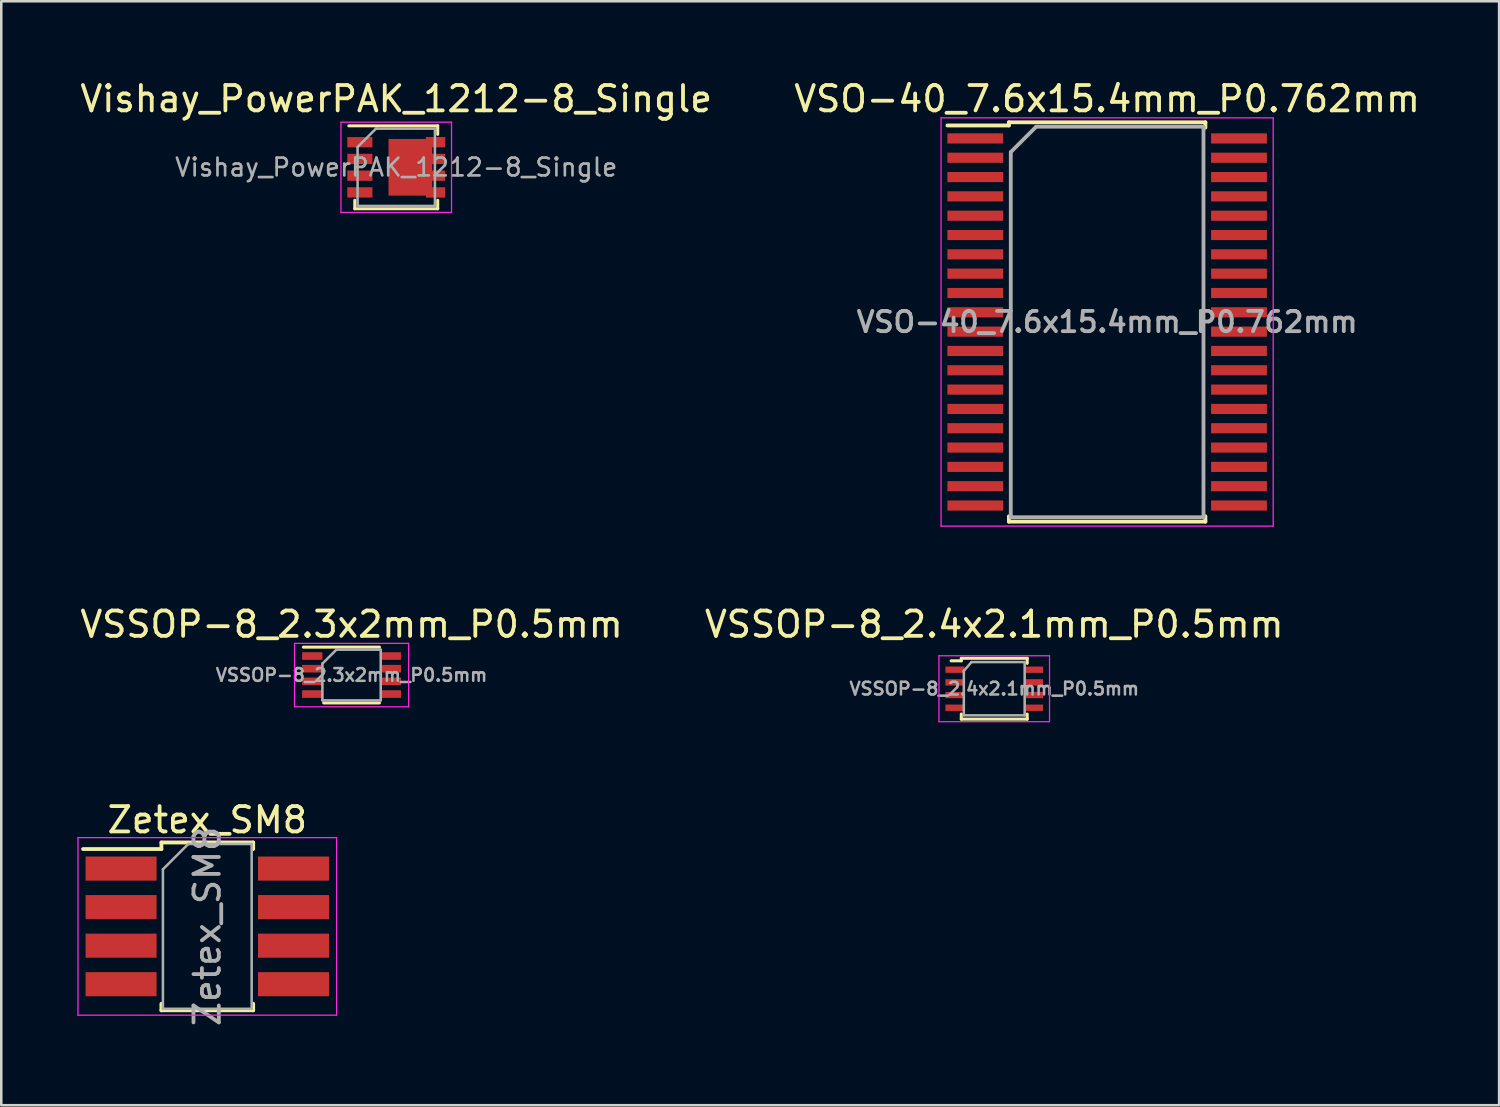
<source format=kicad_pcb>
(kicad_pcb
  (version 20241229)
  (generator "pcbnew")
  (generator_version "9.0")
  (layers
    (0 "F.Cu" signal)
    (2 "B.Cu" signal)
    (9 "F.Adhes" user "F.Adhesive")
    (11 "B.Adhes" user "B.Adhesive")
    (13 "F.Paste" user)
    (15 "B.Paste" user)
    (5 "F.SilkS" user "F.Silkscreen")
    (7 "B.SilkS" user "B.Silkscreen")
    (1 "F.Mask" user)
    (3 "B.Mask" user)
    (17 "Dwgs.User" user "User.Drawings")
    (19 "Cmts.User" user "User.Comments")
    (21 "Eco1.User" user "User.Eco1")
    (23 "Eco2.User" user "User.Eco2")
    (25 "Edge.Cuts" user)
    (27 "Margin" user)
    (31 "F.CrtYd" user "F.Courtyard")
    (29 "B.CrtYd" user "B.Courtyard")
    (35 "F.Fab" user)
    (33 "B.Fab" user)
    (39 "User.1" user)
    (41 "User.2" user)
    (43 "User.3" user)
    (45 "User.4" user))
  (footprint "Vishay_PowerPAK_1212-8_Single"
    (layer "F.Cu")
    (at 12.577 3.548)
    (property "Reference" "Vishay_PowerPAK_1212-8_Single" (at 0 -2.7 0) (layer "F.SilkS") (effects (font (size 1 1) (thickness 0.15))))
    (attr smd)
    (fp_line (start -1.87 -1.635) (end 1.635 -1.635) (stroke (width 0.12) (type solid)) (layer "F.SilkS"))
    (fp_line (start -1.635 1.3) (end -1.635 1.635) (stroke (width 0.12) (type solid)) (layer "F.SilkS"))
    (fp_line (start -1.635 1.635) (end 1.635 1.635) (stroke (width 0.12) (type solid)) (layer "F.SilkS"))
    (fp_line (start 1.635 -1.635) (end 1.635 -1.3) (stroke (width 0.12) (type solid)) (layer "F.SilkS"))
    (fp_line (start 1.635 1.3) (end 1.635 1.635) (stroke (width 0.12) (type solid)) (layer "F.SilkS"))
    (fp_line (start -2.18 -1.78) (end -2.18 1.78) (stroke (width 0.05) (type solid)) (layer "F.CrtYd"))
    (fp_line (start -2.18 -1.78) (end 2.18 -1.78) (stroke (width 0.05) (type solid)) (layer "F.CrtYd"))
    (fp_line (start -2.18 1.78) (end 2.18 1.78) (stroke (width 0.05) (type solid)) (layer "F.CrtYd"))
    (fp_line (start 2.18 -1.78) (end 2.18 1.78) (stroke (width 0.05) (type solid)) (layer "F.CrtYd"))
    (fp_line (start -1.525 -0.8) (end -1.525 1.525) (stroke (width 0.1) (type solid)) (layer "F.Fab"))
    (fp_line (start -1.525 -0.8) (end -0.8 -1.525) (stroke (width 0.1) (type solid)) (layer "F.Fab"))
    (fp_line (start -1.525 1.525) (end 1.525 1.525) (stroke (width 0.1) (type solid)) (layer "F.Fab"))
    (fp_line (start -0.8 -1.525) (end 1.525 -1.525) (stroke (width 0.1) (type solid)) (layer "F.Fab"))
    (fp_line (start 1.525 -1.525) (end 1.525 1.525) (stroke (width 0.1) (type solid)) (layer "F.Fab"))
    (fp_text user "${REFERENCE}" (at 0 0 0) (layer "F.Fab") (effects (font (size 0.7 0.7) (thickness 0.105))))
    (pad "1" smd rect (at -1.435 -0.99) (size 0.99 0.405) (layers "F.Cu" "F.Mask" "F.Paste"))
    (pad "2" smd rect (at -1.435 -0.33) (size 0.99 0.405) (layers "F.Cu" "F.Mask" "F.Paste"))
    (pad "3" smd rect (at -1.435 0.33) (size 0.99 0.405) (layers "F.Cu" "F.Mask" "F.Paste"))
    (pad "4" smd rect (at -1.435 0.99) (size 0.99 0.405) (layers "F.Cu" "F.Mask" "F.Paste"))
    (pad "5" smd custom (at 0.557 0) (size 1.725 2.235) (layers "F.Cu" "F.Mask" "F.Paste") (options (anchor rect)) (primitives (gr_poly (pts (xy 1.373 -0.787) (xy 0.863 -0.787) (xy 0.863 -0.532) (xy 1.373 -0.532) (xy 1.373 -0.128) (xy 0.863 -0.128) (xy 0.863 0.128) (xy 1.373 0.128) (xy 1.373 0.532) (xy 0.863 0.532) (xy 0.863 0.787) (xy 1.373 0.787) (xy 1.373 1.195) (xy 0.613 1.195) (xy 0.613 -1.195) (xy 1.373 -1.195)) (width 0) (fill yes)))))
  (footprint "Zetex_SM8"
    (layer "F.Cu")
    (at 5.125 33.485)
    (property "Reference" "Zetex_SM8" (at 0 -4.2 0) (layer "F.SilkS") (effects (font (size 1 1) (thickness 0.15))))
    (attr smd)
    (fp_line (start -1.81 -3.31) (end -1.81 -3.05) (stroke (width 0.15) (type solid)) (layer "F.SilkS"))
    (fp_line (start -1.81 -3.31) (end 1.81 -3.31) (stroke (width 0.15) (type solid)) (layer "F.SilkS"))
    (fp_line (start -1.81 -3.05) (end -4.9 -3.05) (stroke (width 0.15) (type solid)) (layer "F.SilkS"))
    (fp_line (start -1.81 3.31) (end -1.81 3.05) (stroke (width 0.15) (type solid)) (layer "F.SilkS"))
    (fp_line (start -1.81 3.31) (end 1.81 3.31) (stroke (width 0.15) (type solid)) (layer "F.SilkS"))
    (fp_line (start 1.81 -3.31) (end 1.81 -3.05) (stroke (width 0.15) (type solid)) (layer "F.SilkS"))
    (fp_line (start 1.81 3.31) (end 1.81 3.05) (stroke (width 0.15) (type solid)) (layer "F.SilkS"))
    (fp_line (start -5.1 -3.5) (end -5.1 3.5) (stroke (width 0.05) (type solid)) (layer "F.CrtYd"))
    (fp_line (start -5.1 -3.5) (end 5.1 -3.5) (stroke (width 0.05) (type solid)) (layer "F.CrtYd"))
    (fp_line (start -5.1 3.5) (end 5.1 3.5) (stroke (width 0.05) (type solid)) (layer "F.CrtYd"))
    (fp_line (start 5.1 -3.5) (end 5.1 3.5) (stroke (width 0.05) (type solid)) (layer "F.CrtYd"))
    (fp_line (start -1.75 -2.25) (end -0.75 -3.25) (stroke (width 0.1) (type solid)) (layer "F.Fab"))
    (fp_line (start -1.75 3.25) (end -1.75 -2.25) (stroke (width 0.1) (type solid)) (layer "F.Fab"))
    (fp_line (start -0.75 -3.25) (end 1.75 -3.25) (stroke (width 0.1) (type solid)) (layer "F.Fab"))
    (fp_line (start 1.75 -3.25) (end 1.75 3.25) (stroke (width 0.1) (type solid)) (layer "F.Fab"))
    (fp_line (start 1.75 3.25) (end -1.75 3.25) (stroke (width 0.1) (type solid)) (layer "F.Fab"))
    (fp_text user "${REFERENCE}" (at 0 0 90) (layer "F.Fab") (effects (font (size 1 1) (thickness 0.15))))
    (pad "1" smd rect (at -3.4 -2.28) (size 2.8 0.95) (layers "F.Cu" "F.Mask" "F.Paste"))
    (pad "2" smd rect (at -3.4 -0.76) (size 2.8 0.95) (layers "F.Cu" "F.Mask" "F.Paste"))
    (pad "3" smd rect (at -3.4 0.76) (size 2.8 0.95) (layers "F.Cu" "F.Mask" "F.Paste"))
    (pad "4" smd rect (at -3.4 2.28) (size 2.8 0.95) (layers "F.Cu" "F.Mask" "F.Paste"))
    (pad "5" smd rect (at 3.4 2.28) (size 2.8 0.95) (layers "F.Cu" "F.Mask" "F.Paste"))
    (pad "6" smd rect (at 3.4 0.76) (size 2.8 0.95) (layers "F.Cu" "F.Mask" "F.Paste"))
    (pad "7" smd rect (at 3.4 -0.76) (size 2.8 0.95) (layers "F.Cu" "F.Mask" "F.Paste"))
    (pad "8" smd rect (at 3.4 -2.28) (size 2.8 0.95) (layers "F.Cu" "F.Mask" "F.Paste")))
  (footprint "VSSOP-8_2.3x2mm_P0.5mm"
    (layer "F.Cu")
    (at 10.815 23.572)
    (property "Reference" "VSSOP-8_2.3x2mm_P0.5mm" (at 0 -2 0) (layer "F.SilkS") (effects (font (size 1 1) (thickness 0.15))))
    (attr smd)
    (fp_line (start 1.1 -1.1) (end -1.9 -1.1) (stroke (width 0.12) (type solid)) (layer "F.SilkS"))
    (fp_line (start 1.1 1.1) (end -1.1 1.1) (stroke (width 0.12) (type solid)) (layer "F.SilkS"))
    (fp_line (start -2.25 -1.25) (end 2.25 -1.25) (stroke (width 0.05) (type solid)) (layer "F.CrtYd"))
    (fp_line (start -2.25 1.25) (end -2.25 -1.25) (stroke (width 0.05) (type solid)) (layer "F.CrtYd"))
    (fp_line (start 2.25 -1.25) (end 2.25 1.25) (stroke (width 0.05) (type solid)) (layer "F.CrtYd"))
    (fp_line (start 2.25 1.25) (end -2.25 1.25) (stroke (width 0.05) (type solid)) (layer "F.CrtYd"))
    (fp_line (start -1.15 1) (end -1.15 -0.45) (stroke (width 0.1) (type solid)) (layer "F.Fab"))
    (fp_line (start -0.6 -1) (end -1.15 -0.45) (stroke (width 0.1) (type solid)) (layer "F.Fab"))
    (fp_line (start -0.6 -1) (end 1.15 -1) (stroke (width 0.1) (type solid)) (layer "F.Fab"))
    (fp_line (start 1.15 -1) (end 1.15 1) (stroke (width 0.1) (type solid)) (layer "F.Fab"))
    (fp_line (start 1.15 1) (end -1.15 1) (stroke (width 0.1) (type solid)) (layer "F.Fab"))
    (fp_text user "${REFERENCE}" (at 0 0 0) (layer "F.Fab") (effects (font (size 0.5 0.5) (thickness 0.1))))
    (pad "1" smd rect (at -1.55 -0.75 270) (size 0.3 0.8) (layers "F.Cu" "F.Mask" "F.Paste"))
    (pad "2" smd rect (at -1.55 -0.25 270) (size 0.3 0.8) (layers "F.Cu" "F.Mask" "F.Paste"))
    (pad "3" smd rect (at -1.55 0.25 270) (size 0.3 0.8) (layers "F.Cu" "F.Mask" "F.Paste"))
    (pad "4" smd rect (at -1.55 0.75 270) (size 0.3 0.8) (layers "F.Cu" "F.Mask" "F.Paste"))
    (pad "5" smd rect (at 1.55 0.75 270) (size 0.3 0.8) (layers "F.Cu" "F.Mask" "F.Paste"))
    (pad "6" smd rect (at 1.55 0.25 270) (size 0.3 0.8) (layers "F.Cu" "F.Mask" "F.Paste"))
    (pad "7" smd rect (at 1.55 -0.25 270) (size 0.3 0.8) (layers "F.Cu" "F.Mask" "F.Paste"))
    (pad "8" smd rect (at 1.55 -0.75 270) (size 0.3 0.8) (layers "F.Cu" "F.Mask" "F.Paste")))
  (footprint "VSSOP-8_2.4x2.1mm_P0.5mm"
    (layer "F.Cu")
    (at 36.161 24.111)
    (property "Reference" "VSSOP-8_2.4x2.1mm_P0.5mm" (at 0 -2.54 0) (layer "F.SilkS") (effects (font (size 1 1) (thickness 0.15))))
    (attr smd)
    (fp_line (start -1.3 -1.2) (end -1.3 -1.1) (stroke (width 0.12) (type solid)) (layer "F.SilkS"))
    (fp_line (start -1.3 -1.1) (end -1.7 -1.1) (stroke (width 0.12) (type solid)) (layer "F.SilkS"))
    (fp_line (start -1.3 1.2) (end -1.3 1) (stroke (width 0.12) (type solid)) (layer "F.SilkS"))
    (fp_line (start -1.3 1.2) (end 1.3 1.2) (stroke (width 0.12) (type solid)) (layer "F.SilkS"))
    (fp_line (start 1.3 -1.2) (end -1.3 -1.2) (stroke (width 0.12) (type solid)) (layer "F.SilkS"))
    (fp_line (start 1.3 -1) (end 1.3 -1.2) (stroke (width 0.12) (type solid)) (layer "F.SilkS"))
    (fp_line (start 1.3 1.2) (end 1.3 1) (stroke (width 0.12) (type solid)) (layer "F.SilkS"))
    (fp_line (start -2.18 -1.3) (end 2.18 -1.3) (stroke (width 0.05) (type solid)) (layer "F.CrtYd"))
    (fp_line (start -2.18 1.3) (end -2.18 -1.3) (stroke (width 0.05) (type solid)) (layer "F.CrtYd"))
    (fp_line (start 2.18 -1.3) (end 2.18 1.3) (stroke (width 0.05) (type solid)) (layer "F.CrtYd"))
    (fp_line (start 2.18 1.3) (end -2.18 1.3) (stroke (width 0.05) (type solid)) (layer "F.CrtYd"))
    (fp_line (start -1.2 -0.7) (end -1.2 1.05) (stroke (width 0.1) (type solid)) (layer "F.Fab"))
    (fp_line (start -1.2 1.05) (end 1.2 1.05) (stroke (width 0.1) (type solid)) (layer "F.Fab"))
    (fp_line (start -0.9 -1.05) (end -1.2 -0.7) (stroke (width 0.1) (type solid)) (layer "F.Fab"))
    (fp_line (start 1.2 -1.05) (end -0.9 -1.05) (stroke (width 0.1) (type solid)) (layer "F.Fab"))
    (fp_line (start 1.2 1.05) (end 1.2 -1.05) (stroke (width 0.1) (type solid)) (layer "F.Fab"))
    (fp_text user "${REFERENCE}" (at 0 0 0) (layer "F.Fab") (effects (font (size 0.5 0.5) (thickness 0.1))))
    (pad "1" smd rect (at -1.55 -0.75) (size 0.75 0.25) (layers "F.Cu" "F.Mask" "F.Paste"))
    (pad "2" smd rect (at -1.55 -0.25) (size 0.75 0.25) (layers "F.Cu" "F.Mask" "F.Paste"))
    (pad "3" smd rect (at -1.55 0.25) (size 0.75 0.25) (layers "F.Cu" "F.Mask" "F.Paste"))
    (pad "4" smd rect (at -1.55 0.75) (size 0.75 0.25) (layers "F.Cu" "F.Mask" "F.Paste"))
    (pad "5" smd rect (at 1.55 0.75) (size 0.75 0.25) (layers "F.Cu" "F.Mask" "F.Paste"))
    (pad "6" smd rect (at 1.55 0.25) (size 0.75 0.25) (layers "F.Cu" "F.Mask" "F.Paste"))
    (pad "7" smd rect (at 1.55 -0.25) (size 0.75 0.25) (layers "F.Cu" "F.Mask" "F.Paste"))
    (pad "8" smd rect (at 1.55 -0.75) (size 0.75 0.25) (layers "F.Cu" "F.Mask" "F.Paste")))
  (footprint "VSO-40_7.6x15.4mm_P0.762mm"
    (layer "F.Cu")
    (at 40.613 9.648)
    (property "Reference" "VSO-40_7.6x15.4mm_P0.762mm" (at 0 -8.8 0) (layer "F.SilkS") (effects (font (size 1 1) (thickness 0.15))))
    (attr smd)
    (fp_line (start -3.875 -7.875) (end -3.875 -7.75) (stroke (width 0.15) (type solid)) (layer "F.SilkS"))
    (fp_line (start -3.875 -7.875) (end 3.875 -7.875) (stroke (width 0.15) (type solid)) (layer "F.SilkS"))
    (fp_line (start -3.875 -7.75) (end -6.3 -7.75) (stroke (width 0.15) (type solid)) (layer "F.SilkS"))
    (fp_line (start -3.875 7.875) (end -3.875 7.664) (stroke (width 0.15) (type solid)) (layer "F.SilkS"))
    (fp_line (start -3.875 7.875) (end 3.875 7.875) (stroke (width 0.15) (type solid)) (layer "F.SilkS"))
    (fp_line (start 3.875 -7.875) (end 3.875 -7.664) (stroke (width 0.15) (type solid)) (layer "F.SilkS"))
    (fp_line (start 3.875 7.875) (end 3.875 7.664) (stroke (width 0.15) (type solid)) (layer "F.SilkS"))
    (fp_line (start -6.55 -8.05) (end -6.55 8.05) (stroke (width 0.05) (type solid)) (layer "F.CrtYd"))
    (fp_line (start -6.55 -8.05) (end 6.55 -8.05) (stroke (width 0.05) (type solid)) (layer "F.CrtYd"))
    (fp_line (start -6.55 8.05) (end 6.55 8.05) (stroke (width 0.05) (type solid)) (layer "F.CrtYd"))
    (fp_line (start 6.55 -8.05) (end 6.55 8.05) (stroke (width 0.05) (type solid)) (layer "F.CrtYd"))
    (fp_line (start -3.8 -6.7) (end -2.8 -7.7) (stroke (width 0.15) (type solid)) (layer "F.Fab"))
    (fp_line (start -3.8 7.7) (end -3.8 -6.7) (stroke (width 0.15) (type solid)) (layer "F.Fab"))
    (fp_line (start -2.8 -7.7) (end 3.8 -7.7) (stroke (width 0.15) (type solid)) (layer "F.Fab"))
    (fp_line (start 3.8 -7.7) (end 3.8 7.7) (stroke (width 0.15) (type solid)) (layer "F.Fab"))
    (fp_line (start 3.8 7.7) (end -3.8 7.7) (stroke (width 0.15) (type solid)) (layer "F.Fab"))
    (fp_text user "${REFERENCE}" (at 0 0 0) (layer "F.Fab") (effects (font (size 0.8 0.8) (thickness 0.15))))
    (pad "1" smd rect (at -5.2 -7.239) (size 2.2 0.4) (layers "F.Cu" "F.Mask" "F.Paste"))
    (pad "2" smd rect (at -5.2 -6.477) (size 2.2 0.4) (layers "F.Cu" "F.Mask" "F.Paste"))
    (pad "3" smd rect (at -5.2 -5.715) (size 2.2 0.4) (layers "F.Cu" "F.Mask" "F.Paste"))
    (pad "4" smd rect (at -5.2 -4.953) (size 2.2 0.4) (layers "F.Cu" "F.Mask" "F.Paste"))
    (pad "5" smd rect (at -5.2 -4.191) (size 2.2 0.4) (layers "F.Cu" "F.Mask" "F.Paste"))
    (pad "6" smd rect (at -5.2 -3.429) (size 2.2 0.4) (layers "F.Cu" "F.Mask" "F.Paste"))
    (pad "7" smd rect (at -5.2 -2.667) (size 2.2 0.4) (layers "F.Cu" "F.Mask" "F.Paste"))
    (pad "8" smd rect (at -5.2 -1.905) (size 2.2 0.4) (layers "F.Cu" "F.Mask" "F.Paste"))
    (pad "9" smd rect (at -5.2 -1.143) (size 2.2 0.4) (layers "F.Cu" "F.Mask" "F.Paste"))
    (pad "10" smd rect (at -5.2 -0.381) (size 2.2 0.4) (layers "F.Cu" "F.Mask" "F.Paste"))
    (pad "11" smd rect (at -5.2 0.381) (size 2.2 0.4) (layers "F.Cu" "F.Mask" "F.Paste"))
    (pad "12" smd rect (at -5.2 1.143) (size 2.2 0.4) (layers "F.Cu" "F.Mask" "F.Paste"))
    (pad "13" smd rect (at -5.2 1.905) (size 2.2 0.4) (layers "F.Cu" "F.Mask" "F.Paste"))
    (pad "14" smd rect (at -5.2 2.667) (size 2.2 0.4) (layers "F.Cu" "F.Mask" "F.Paste"))
    (pad "15" smd rect (at -5.2 3.429) (size 2.2 0.4) (layers "F.Cu" "F.Mask" "F.Paste"))
    (pad "16" smd rect (at -5.2 4.191) (size 2.2 0.4) (layers "F.Cu" "F.Mask" "F.Paste"))
    (pad "17" smd rect (at -5.2 4.953) (size 2.2 0.4) (layers "F.Cu" "F.Mask" "F.Paste"))
    (pad "18" smd rect (at -5.2 5.715) (size 2.2 0.4) (layers "F.Cu" "F.Mask" "F.Paste"))
    (pad "19" smd rect (at -5.2 6.477) (size 2.2 0.4) (layers "F.Cu" "F.Mask" "F.Paste"))
    (pad "20" smd rect (at -5.2 7.239) (size 2.2 0.4) (layers "F.Cu" "F.Mask" "F.Paste"))
    (pad "21" smd rect (at 5.2 7.239) (size 2.2 0.4) (layers "F.Cu" "F.Mask" "F.Paste"))
    (pad "22" smd rect (at 5.2 6.477) (size 2.2 0.4) (layers "F.Cu" "F.Mask" "F.Paste"))
    (pad "23" smd rect (at 5.2 5.715) (size 2.2 0.4) (layers "F.Cu" "F.Mask" "F.Paste"))
    (pad "24" smd rect (at 5.2 4.953) (size 2.2 0.4) (layers "F.Cu" "F.Mask" "F.Paste"))
    (pad "25" smd rect (at 5.2 4.191) (size 2.2 0.4) (layers "F.Cu" "F.Mask" "F.Paste"))
    (pad "26" smd rect (at 5.2 3.429) (size 2.2 0.4) (layers "F.Cu" "F.Mask" "F.Paste"))
    (pad "27" smd rect (at 5.2 2.667) (size 2.2 0.4) (layers "F.Cu" "F.Mask" "F.Paste"))
    (pad "28" smd rect (at 5.2 1.905) (size 2.2 0.4) (layers "F.Cu" "F.Mask" "F.Paste"))
    (pad "29" smd rect (at 5.2 1.143) (size 2.2 0.4) (layers "F.Cu" "F.Mask" "F.Paste"))
    (pad "30" smd rect (at 5.2 0.381) (size 2.2 0.4) (layers "F.Cu" "F.Mask" "F.Paste"))
    (pad "31" smd rect (at 5.2 -0.381) (size 2.2 0.4) (layers "F.Cu" "F.Mask" "F.Paste"))
    (pad "32" smd rect (at 5.2 -1.143) (size 2.2 0.4) (layers "F.Cu" "F.Mask" "F.Paste"))
    (pad "33" smd rect (at 5.2 -1.905) (size 2.2 0.4) (layers "F.Cu" "F.Mask" "F.Paste"))
    (pad "34" smd rect (at 5.2 -2.667) (size 2.2 0.4) (layers "F.Cu" "F.Mask" "F.Paste"))
    (pad "35" smd rect (at 5.2 -3.429) (size 2.2 0.4) (layers "F.Cu" "F.Mask" "F.Paste"))
    (pad "36" smd rect (at 5.2 -4.191) (size 2.2 0.4) (layers "F.Cu" "F.Mask" "F.Paste"))
    (pad "37" smd rect (at 5.2 -4.953) (size 2.2 0.4) (layers "F.Cu" "F.Mask" "F.Paste"))
    (pad "38" smd rect (at 5.2 -5.715) (size 2.2 0.4) (layers "F.Cu" "F.Mask" "F.Paste"))
    (pad "39" smd rect (at 5.2 -6.477) (size 2.2 0.4) (layers "F.Cu" "F.Mask" "F.Paste"))
    (pad "40" smd rect (at 5.2 -7.239) (size 2.2 0.4) (layers "F.Cu" "F.Mask" "F.Paste")))
  (gr_rect
    (start -3 -3)
    (end 56.071 40.538)
    (stroke (width 0.1) (type default))
    (fill no)
    (layer "Edge.Cuts")))
</source>
